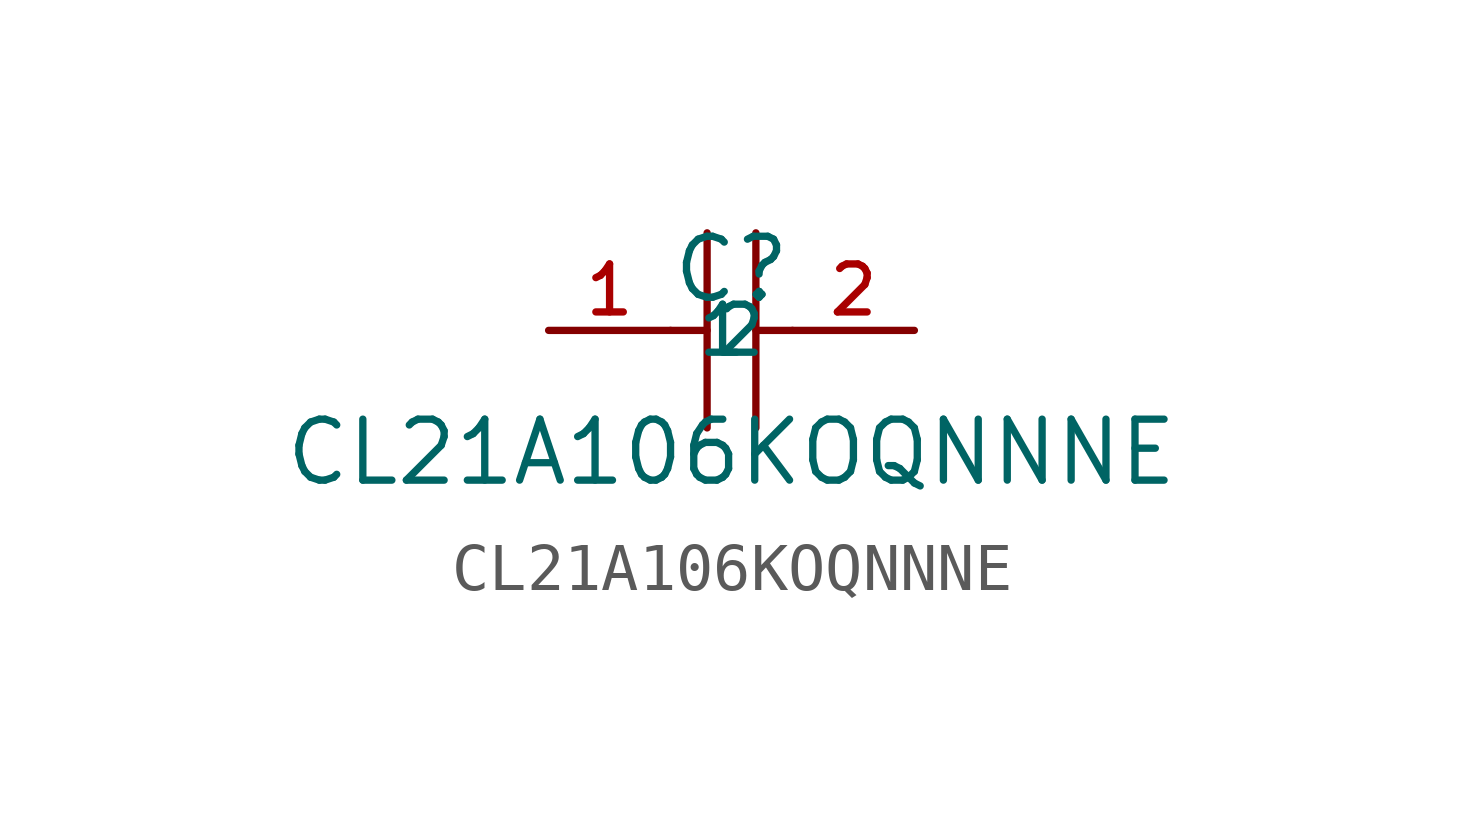
<source format=kicad_sym>
(kicad_symbol_lib
  (version 20210201)
  (generator TousstNicolas/JLC2KiCad_lib)
  (symbol "CL21A106KOQNNNE"
    (property "Reference" "C"
      (at 0 1.27 0)
      (effects (font (size 1.27 1.27))))
    (property "Value" "CL21A106KOQNNNE"
      (at 0 -2.54 0)
      (effects (font (size 1.27 1.27))))
    (symbol "CL21A106KOQNNNE_0_1"
      (polyline (pts (xy -0.508 2.032) (xy -0.508 -2.032)) (stroke (width 0) (type default) (color 0 0 0 0)) (fill (type none)))
      (polyline (pts (xy 0.508 2.032) (xy 0.508 -2.032)) (stroke (width 0) (type default) (color 0 0 0 0)) (fill (type none)))
      (pin input line (at -3.81 -0.0 0) (length 2.54) (name "1" (effects (font (size 1 1)))) (number "1" (effects (font (size 1 1)))))
      (pin input line (at 3.81 -0.0 180) (length 2.54) (name "2" (effects (font (size 1 1)))) (number "2" (effects (font (size 1 1)))))
      (polyline (pts (xy -1.27 -0.0) (xy -0.508 -0.0)) (stroke (width 0) (type default) (color 0 0 0 0)) (fill (type none)))
      (polyline (pts (xy 0.508 -0.0) (xy 1.27 -0.0)) (stroke (width 0) (type default) (color 0 0 0 0)) (fill (type none))))))
</source>
